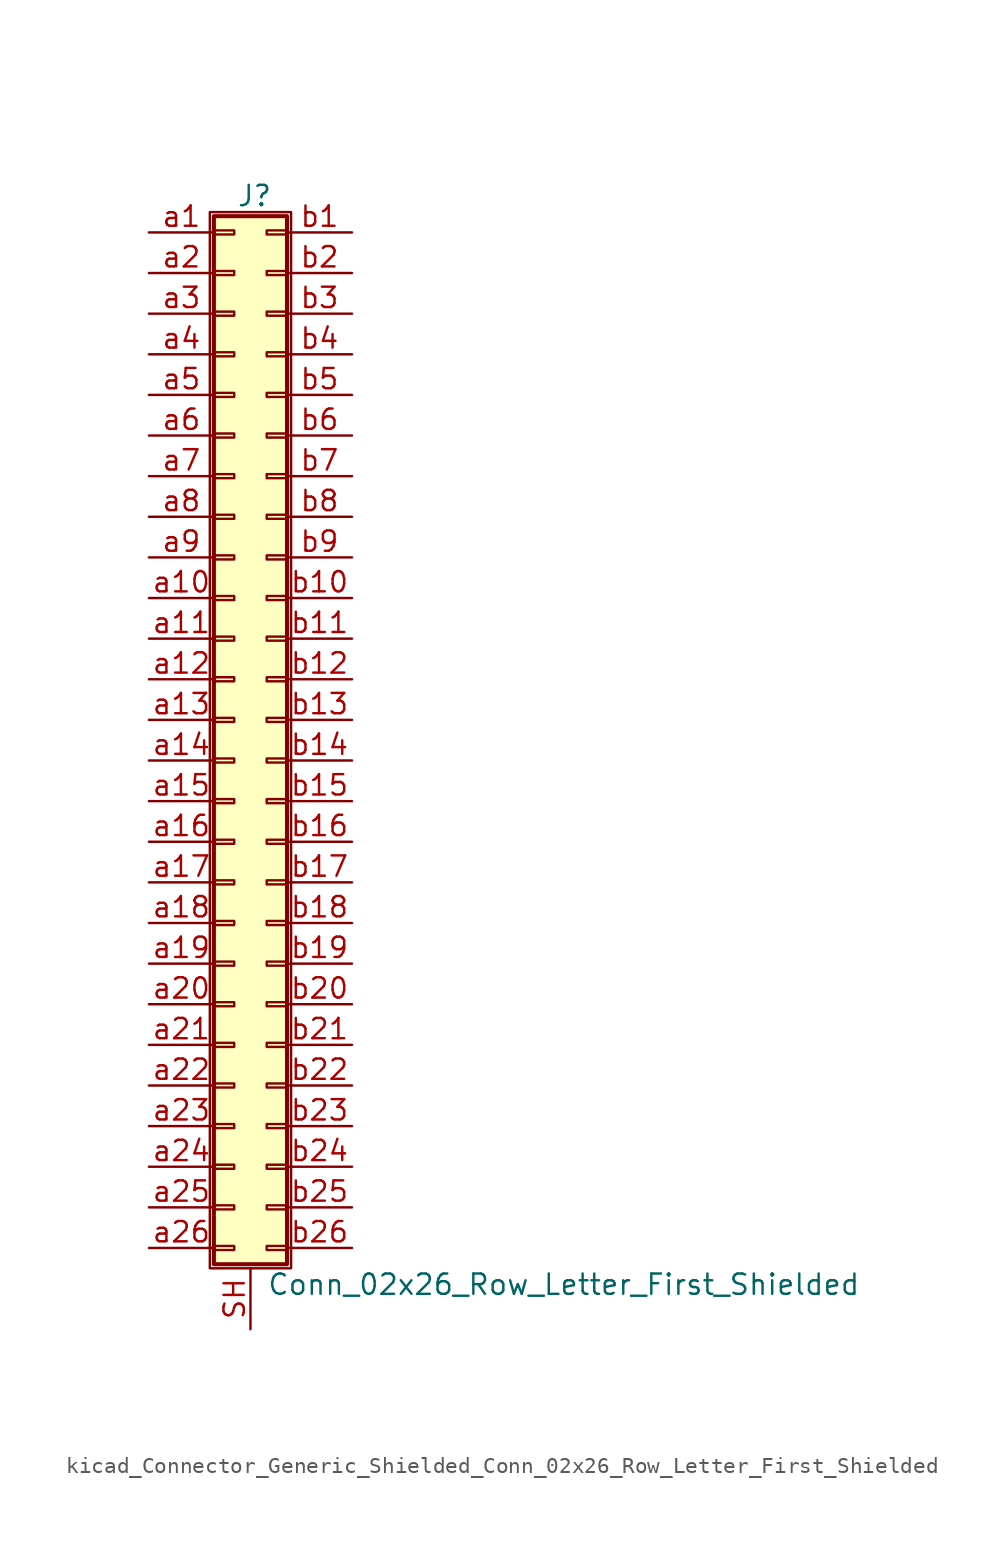
<source format=kicad_sym>
(kicad_symbol_lib
  (version 20220914)
  (generator kicad_symbol_editor)
  (symbol "kicad_Connector_Generic_Shielded_Conn_02x26_Row_Letter_First_Shielded"
    (pin_names
      (offset 1.016) hide)
    (property "Reference" "J"
      (at 1.524 32.766 0)
      (effects (font (size 1.27 1.27))))
    (property "Value" "Conn_02x26_Row_Letter_First_Shielded"
      (at 2.286 -35.306 0)
      (effects (font (size 1.27 1.27)) (justify left)))
    (symbol "kicad_Connector_Generic_Shielded_Conn_02x26_Row_Letter_First_Shielded_1_1"
      (rectangle (start -1.27 31.75) (end 3.81 -34.29) (stroke (width 0.152) (type default)) (fill (type none)))
      (rectangle (start -1.016 -32.893) (end 0.254 -33.147) (stroke (width 0.152) (type default)) (fill (type none)))
      (rectangle (start -1.016 -30.353) (end 0.254 -30.607) (stroke (width 0.152) (type default)) (fill (type none)))
      (rectangle (start -1.016 -27.813) (end 0.254 -28.067) (stroke (width 0.152) (type default)) (fill (type none)))
      (rectangle (start -1.016 -25.273) (end 0.254 -25.527) (stroke (width 0.152) (type default)) (fill (type none)))
      (rectangle (start -1.016 -22.733) (end 0.254 -22.987) (stroke (width 0.152) (type default)) (fill (type none)))
      (rectangle (start -1.016 -20.193) (end 0.254 -20.447) (stroke (width 0.152) (type default)) (fill (type none)))
      (rectangle (start -1.016 -17.653) (end 0.254 -17.907) (stroke (width 0.152) (type default)) (fill (type none)))
      (rectangle (start -1.016 -15.113) (end 0.254 -15.367) (stroke (width 0.152) (type default)) (fill (type none)))
      (rectangle (start -1.016 -12.573) (end 0.254 -12.827) (stroke (width 0.152) (type default)) (fill (type none)))
      (rectangle (start -1.016 -10.033) (end 0.254 -10.287) (stroke (width 0.152) (type default)) (fill (type none)))
      (rectangle (start -1.016 -7.493) (end 0.254 -7.747) (stroke (width 0.152) (type default)) (fill (type none)))
      (rectangle (start -1.016 -4.953) (end 0.254 -5.207) (stroke (width 0.152) (type default)) (fill (type none)))
      (rectangle (start -1.016 -2.413) (end 0.254 -2.667) (stroke (width 0.152) (type default)) (fill (type none)))
      (rectangle (start -1.016 0.127) (end 0.254 -0.127) (stroke (width 0.152) (type default)) (fill (type none)))
      (rectangle (start -1.016 2.667) (end 0.254 2.413) (stroke (width 0.152) (type default)) (fill (type none)))
      (rectangle (start -1.016 5.207) (end 0.254 4.953) (stroke (width 0.152) (type default)) (fill (type none)))
      (rectangle (start -1.016 7.747) (end 0.254 7.493) (stroke (width 0.152) (type default)) (fill (type none)))
      (rectangle (start -1.016 10.287) (end 0.254 10.033) (stroke (width 0.152) (type default)) (fill (type none)))
      (rectangle (start -1.016 12.827) (end 0.254 12.573) (stroke (width 0.152) (type default)) (fill (type none)))
      (rectangle (start -1.016 15.367) (end 0.254 15.113) (stroke (width 0.152) (type default)) (fill (type none)))
      (rectangle (start -1.016 17.907) (end 0.254 17.653) (stroke (width 0.152) (type default)) (fill (type none)))
      (rectangle (start -1.016 20.447) (end 0.254 20.193) (stroke (width 0.152) (type default)) (fill (type none)))
      (rectangle (start -1.016 22.987) (end 0.254 22.733) (stroke (width 0.152) (type default)) (fill (type none)))
      (rectangle (start -1.016 25.527) (end 0.254 25.273) (stroke (width 0.152) (type default)) (fill (type none)))
      (rectangle (start -1.016 28.067) (end 0.254 27.813) (stroke (width 0.152) (type default)) (fill (type none)))
      (rectangle (start -1.016 30.607) (end 0.254 30.353) (stroke (width 0.152) (type default)) (fill (type none)))
      (rectangle (start -1.016 31.496) (end 3.556 -34.036) (stroke (width 0.254) (type default)) (fill (type background)))
      (rectangle (start 3.556 -32.893) (end 2.286 -33.147) (stroke (width 0.152) (type default)) (fill (type none)))
      (rectangle (start 3.556 -30.353) (end 2.286 -30.607) (stroke (width 0.152) (type default)) (fill (type none)))
      (rectangle (start 3.556 -27.813) (end 2.286 -28.067) (stroke (width 0.152) (type default)) (fill (type none)))
      (rectangle (start 3.556 -25.273) (end 2.286 -25.527) (stroke (width 0.152) (type default)) (fill (type none)))
      (rectangle (start 3.556 -22.733) (end 2.286 -22.987) (stroke (width 0.152) (type default)) (fill (type none)))
      (rectangle (start 3.556 -20.193) (end 2.286 -20.447) (stroke (width 0.152) (type default)) (fill (type none)))
      (rectangle (start 3.556 -17.653) (end 2.286 -17.907) (stroke (width 0.152) (type default)) (fill (type none)))
      (rectangle (start 3.556 -15.113) (end 2.286 -15.367) (stroke (width 0.152) (type default)) (fill (type none)))
      (rectangle (start 3.556 -12.573) (end 2.286 -12.827) (stroke (width 0.152) (type default)) (fill (type none)))
      (rectangle (start 3.556 -10.033) (end 2.286 -10.287) (stroke (width 0.152) (type default)) (fill (type none)))
      (rectangle (start 3.556 -7.493) (end 2.286 -7.747) (stroke (width 0.152) (type default)) (fill (type none)))
      (rectangle (start 3.556 -4.953) (end 2.286 -5.207) (stroke (width 0.152) (type default)) (fill (type none)))
      (rectangle (start 3.556 -2.413) (end 2.286 -2.667) (stroke (width 0.152) (type default)) (fill (type none)))
      (rectangle (start 3.556 0.127) (end 2.286 -0.127) (stroke (width 0.152) (type default)) (fill (type none)))
      (rectangle (start 3.556 2.667) (end 2.286 2.413) (stroke (width 0.152) (type default)) (fill (type none)))
      (rectangle (start 3.556 5.207) (end 2.286 4.953) (stroke (width 0.152) (type default)) (fill (type none)))
      (rectangle (start 3.556 7.747) (end 2.286 7.493) (stroke (width 0.152) (type default)) (fill (type none)))
      (rectangle (start 3.556 10.287) (end 2.286 10.033) (stroke (width 0.152) (type default)) (fill (type none)))
      (rectangle (start 3.556 12.827) (end 2.286 12.573) (stroke (width 0.152) (type default)) (fill (type none)))
      (rectangle (start 3.556 15.367) (end 2.286 15.113) (stroke (width 0.152) (type default)) (fill (type none)))
      (rectangle (start 3.556 17.907) (end 2.286 17.653) (stroke (width 0.152) (type default)) (fill (type none)))
      (rectangle (start 3.556 20.447) (end 2.286 20.193) (stroke (width 0.152) (type default)) (fill (type none)))
      (rectangle (start 3.556 22.987) (end 2.286 22.733) (stroke (width 0.152) (type default)) (fill (type none)))
      (rectangle (start 3.556 25.527) (end 2.286 25.273) (stroke (width 0.152) (type default)) (fill (type none)))
      (rectangle (start 3.556 28.067) (end 2.286 27.813) (stroke (width 0.152) (type default)) (fill (type none)))
      (rectangle (start 3.556 30.607) (end 2.286 30.353) (stroke (width 0.152) (type default)) (fill (type none)))
      (pin passive line (at 1.27 -38.1 90) (length 3.81) (name "Shield" (effects (font (size 1.27 1.27)))) (number "SH" (effects (font (size 1.27 1.27)))))
      (pin passive line (at -5.08 30.48 0) (length 4.064) (name "Pin_a1" (effects (font (size 1.27 1.27)))) (number "a1" (effects (font (size 1.27 1.27)))))
      (pin passive line (at -5.08 7.62 0) (length 4.064) (name "Pin_a10" (effects (font (size 1.27 1.27)))) (number "a10" (effects (font (size 1.27 1.27)))))
      (pin passive line (at -5.08 5.08 0) (length 4.064) (name "Pin_a11" (effects (font (size 1.27 1.27)))) (number "a11" (effects (font (size 1.27 1.27)))))
      (pin passive line (at -5.08 2.54 0) (length 4.064) (name "Pin_a12" (effects (font (size 1.27 1.27)))) (number "a12" (effects (font (size 1.27 1.27)))))
      (pin passive line (at -5.08 0 0) (length 4.064) (name "Pin_a13" (effects (font (size 1.27 1.27)))) (number "a13" (effects (font (size 1.27 1.27)))))
      (pin passive line (at -5.08 -2.54 0) (length 4.064) (name "Pin_a14" (effects (font (size 1.27 1.27)))) (number "a14" (effects (font (size 1.27 1.27)))))
      (pin passive line (at -5.08 -5.08 0) (length 4.064) (name "Pin_a15" (effects (font (size 1.27 1.27)))) (number "a15" (effects (font (size 1.27 1.27)))))
      (pin passive line (at -5.08 -7.62 0) (length 4.064) (name "Pin_a16" (effects (font (size 1.27 1.27)))) (number "a16" (effects (font (size 1.27 1.27)))))
      (pin passive line (at -5.08 -10.16 0) (length 4.064) (name "Pin_a17" (effects (font (size 1.27 1.27)))) (number "a17" (effects (font (size 1.27 1.27)))))
      (pin passive line (at -5.08 -12.7 0) (length 4.064) (name "Pin_a18" (effects (font (size 1.27 1.27)))) (number "a18" (effects (font (size 1.27 1.27)))))
      (pin passive line (at -5.08 -15.24 0) (length 4.064) (name "Pin_a19" (effects (font (size 1.27 1.27)))) (number "a19" (effects (font (size 1.27 1.27)))))
      (pin passive line (at -5.08 27.94 0) (length 4.064) (name "Pin_a2" (effects (font (size 1.27 1.27)))) (number "a2" (effects (font (size 1.27 1.27)))))
      (pin passive line (at -5.08 -17.78 0) (length 4.064) (name "Pin_a20" (effects (font (size 1.27 1.27)))) (number "a20" (effects (font (size 1.27 1.27)))))
      (pin passive line (at -5.08 -20.32 0) (length 4.064) (name "Pin_a21" (effects (font (size 1.27 1.27)))) (number "a21" (effects (font (size 1.27 1.27)))))
      (pin passive line (at -5.08 -22.86 0) (length 4.064) (name "Pin_a22" (effects (font (size 1.27 1.27)))) (number "a22" (effects (font (size 1.27 1.27)))))
      (pin passive line (at -5.08 -25.4 0) (length 4.064) (name "Pin_a23" (effects (font (size 1.27 1.27)))) (number "a23" (effects (font (size 1.27 1.27)))))
      (pin passive line (at -5.08 -27.94 0) (length 4.064) (name "Pin_a24" (effects (font (size 1.27 1.27)))) (number "a24" (effects (font (size 1.27 1.27)))))
      (pin passive line (at -5.08 -30.48 0) (length 4.064) (name "Pin_a25" (effects (font (size 1.27 1.27)))) (number "a25" (effects (font (size 1.27 1.27)))))
      (pin passive line (at -5.08 -33.02 0) (length 4.064) (name "Pin_a26" (effects (font (size 1.27 1.27)))) (number "a26" (effects (font (size 1.27 1.27)))))
      (pin passive line (at -5.08 25.4 0) (length 4.064) (name "Pin_a3" (effects (font (size 1.27 1.27)))) (number "a3" (effects (font (size 1.27 1.27)))))
      (pin passive line (at -5.08 22.86 0) (length 4.064) (name "Pin_a4" (effects (font (size 1.27 1.27)))) (number "a4" (effects (font (size 1.27 1.27)))))
      (pin passive line (at -5.08 20.32 0) (length 4.064) (name "Pin_a5" (effects (font (size 1.27 1.27)))) (number "a5" (effects (font (size 1.27 1.27)))))
      (pin passive line (at -5.08 17.78 0) (length 4.064) (name "Pin_a6" (effects (font (size 1.27 1.27)))) (number "a6" (effects (font (size 1.27 1.27)))))
      (pin passive line (at -5.08 15.24 0) (length 4.064) (name "Pin_a7" (effects (font (size 1.27 1.27)))) (number "a7" (effects (font (size 1.27 1.27)))))
      (pin passive line (at -5.08 12.7 0) (length 4.064) (name "Pin_a8" (effects (font (size 1.27 1.27)))) (number "a8" (effects (font (size 1.27 1.27)))))
      (pin passive line (at -5.08 10.16 0) (length 4.064) (name "Pin_a9" (effects (font (size 1.27 1.27)))) (number "a9" (effects (font (size 1.27 1.27)))))
      (pin passive line (at 7.62 30.48 180) (length 4.064) (name "Pin_b1" (effects (font (size 1.27 1.27)))) (number "b1" (effects (font (size 1.27 1.27)))))
      (pin passive line (at 7.62 7.62 180) (length 4.064) (name "Pin_b10" (effects (font (size 1.27 1.27)))) (number "b10" (effects (font (size 1.27 1.27)))))
      (pin passive line (at 7.62 5.08 180) (length 4.064) (name "Pin_b11" (effects (font (size 1.27 1.27)))) (number "b11" (effects (font (size 1.27 1.27)))))
      (pin passive line (at 7.62 2.54 180) (length 4.064) (name "Pin_b12" (effects (font (size 1.27 1.27)))) (number "b12" (effects (font (size 1.27 1.27)))))
      (pin passive line (at 7.62 0 180) (length 4.064) (name "Pin_b13" (effects (font (size 1.27 1.27)))) (number "b13" (effects (font (size 1.27 1.27)))))
      (pin passive line (at 7.62 -2.54 180) (length 4.064) (name "Pin_b14" (effects (font (size 1.27 1.27)))) (number "b14" (effects (font (size 1.27 1.27)))))
      (pin passive line (at 7.62 -5.08 180) (length 4.064) (name "Pin_b15" (effects (font (size 1.27 1.27)))) (number "b15" (effects (font (size 1.27 1.27)))))
      (pin passive line (at 7.62 -7.62 180) (length 4.064) (name "Pin_b16" (effects (font (size 1.27 1.27)))) (number "b16" (effects (font (size 1.27 1.27)))))
      (pin passive line (at 7.62 -10.16 180) (length 4.064) (name "Pin_b17" (effects (font (size 1.27 1.27)))) (number "b17" (effects (font (size 1.27 1.27)))))
      (pin passive line (at 7.62 -12.7 180) (length 4.064) (name "Pin_b18" (effects (font (size 1.27 1.27)))) (number "b18" (effects (font (size 1.27 1.27)))))
      (pin passive line (at 7.62 -15.24 180) (length 4.064) (name "Pin_b19" (effects (font (size 1.27 1.27)))) (number "b19" (effects (font (size 1.27 1.27)))))
      (pin passive line (at 7.62 27.94 180) (length 4.064) (name "Pin_b2" (effects (font (size 1.27 1.27)))) (number "b2" (effects (font (size 1.27 1.27)))))
      (pin passive line (at 7.62 -17.78 180) (length 4.064) (name "Pin_b20" (effects (font (size 1.27 1.27)))) (number "b20" (effects (font (size 1.27 1.27)))))
      (pin passive line (at 7.62 -20.32 180) (length 4.064) (name "Pin_b21" (effects (font (size 1.27 1.27)))) (number "b21" (effects (font (size 1.27 1.27)))))
      (pin passive line (at 7.62 -22.86 180) (length 4.064) (name "Pin_b22" (effects (font (size 1.27 1.27)))) (number "b22" (effects (font (size 1.27 1.27)))))
      (pin passive line (at 7.62 -25.4 180) (length 4.064) (name "Pin_b23" (effects (font (size 1.27 1.27)))) (number "b23" (effects (font (size 1.27 1.27)))))
      (pin passive line (at 7.62 -27.94 180) (length 4.064) (name "Pin_b24" (effects (font (size 1.27 1.27)))) (number "b24" (effects (font (size 1.27 1.27)))))
      (pin passive line (at 7.62 -30.48 180) (length 4.064) (name "Pin_b25" (effects (font (size 1.27 1.27)))) (number "b25" (effects (font (size 1.27 1.27)))))
      (pin passive line (at 7.62 -33.02 180) (length 4.064) (name "Pin_b26" (effects (font (size 1.27 1.27)))) (number "b26" (effects (font (size 1.27 1.27)))))
      (pin passive line (at 7.62 25.4 180) (length 4.064) (name "Pin_b3" (effects (font (size 1.27 1.27)))) (number "b3" (effects (font (size 1.27 1.27)))))
      (pin passive line (at 7.62 22.86 180) (length 4.064) (name "Pin_b4" (effects (font (size 1.27 1.27)))) (number "b4" (effects (font (size 1.27 1.27)))))
      (pin passive line (at 7.62 20.32 180) (length 4.064) (name "Pin_b5" (effects (font (size 1.27 1.27)))) (number "b5" (effects (font (size 1.27 1.27)))))
      (pin passive line (at 7.62 17.78 180) (length 4.064) (name "Pin_b6" (effects (font (size 1.27 1.27)))) (number "b6" (effects (font (size 1.27 1.27)))))
      (pin passive line (at 7.62 15.24 180) (length 4.064) (name "Pin_b7" (effects (font (size 1.27 1.27)))) (number "b7" (effects (font (size 1.27 1.27)))))
      (pin passive line (at 7.62 12.7 180) (length 4.064) (name "Pin_b8" (effects (font (size 1.27 1.27)))) (number "b8" (effects (font (size 1.27 1.27)))))
      (pin passive line (at 7.62 10.16 180) (length 4.064) (name "Pin_b9" (effects (font (size 1.27 1.27)))) (number "b9" (effects (font (size 1.27 1.27))))))))
</source>
